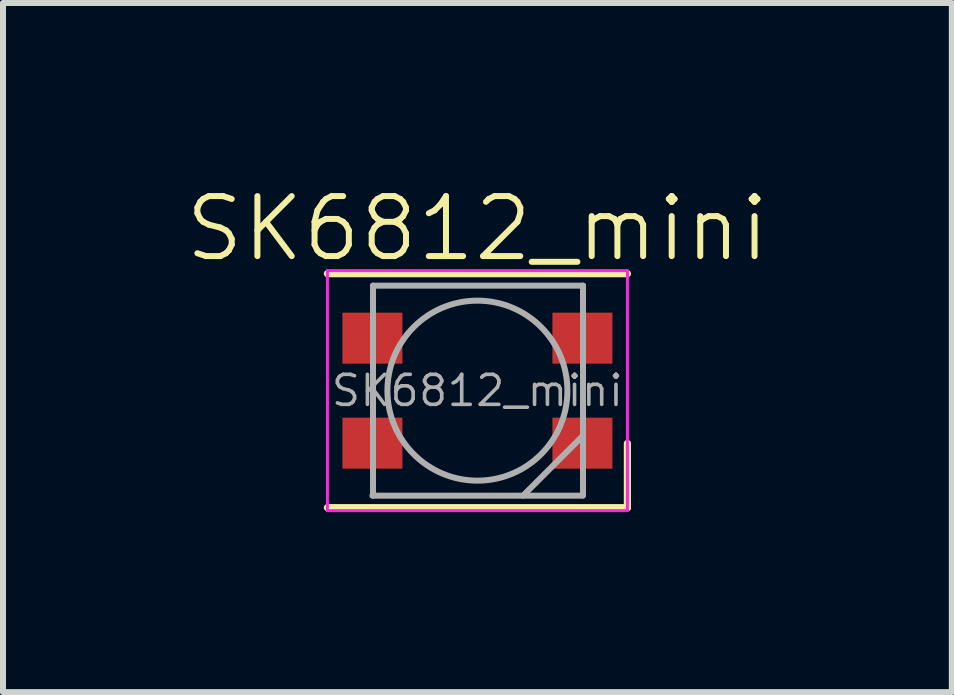
<source format=kicad_pcb>
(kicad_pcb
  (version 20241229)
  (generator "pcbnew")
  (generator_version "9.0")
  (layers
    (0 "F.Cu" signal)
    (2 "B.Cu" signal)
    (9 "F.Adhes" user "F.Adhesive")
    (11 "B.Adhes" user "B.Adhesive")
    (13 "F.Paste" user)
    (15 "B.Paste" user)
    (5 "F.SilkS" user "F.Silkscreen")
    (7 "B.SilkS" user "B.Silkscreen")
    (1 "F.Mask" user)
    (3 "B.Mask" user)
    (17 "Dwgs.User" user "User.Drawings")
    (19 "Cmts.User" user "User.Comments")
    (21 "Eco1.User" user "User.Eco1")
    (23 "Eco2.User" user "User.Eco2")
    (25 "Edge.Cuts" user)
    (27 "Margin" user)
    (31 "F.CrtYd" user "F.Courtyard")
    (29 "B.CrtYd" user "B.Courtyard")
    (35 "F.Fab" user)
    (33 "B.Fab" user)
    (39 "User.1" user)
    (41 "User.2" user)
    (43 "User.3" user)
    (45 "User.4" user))
  (footprint "SK6812_mini"
    (layer "F.Cu")
    (at 4.907 3.461)
    (property "Reference" "SK6812_mini" (at 0 -2.7 0) (unlocked yes) (layer "F.SilkS") (effects (font (size 1 1) (thickness 0.1))))
    (attr smd)
    (fp_line (start -2.5 -1.95) (end 2.5 -1.95) (stroke (width 0.12) (type solid)) (layer "F.SilkS"))
    (fp_line (start -2.5 1.95) (end 2.5 1.95) (stroke (width 0.12) (type solid)) (layer "F.SilkS"))
    (fp_line (start 2.5 1.95) (end 2.5 0.88) (stroke (width 0.12) (type solid)) (layer "F.SilkS"))
    (fp_line (start -2.5 -2) (end -2.5 2) (stroke (width 0.05) (type default)) (layer "F.CrtYd"))
    (fp_line (start -2.5 2) (end 2.5 2) (stroke (width 0.05) (type solid)) (layer "F.CrtYd"))
    (fp_line (start 2.5 -2) (end -2.5 -2) (stroke (width 0.05) (type solid)) (layer "F.CrtYd"))
    (fp_line (start 2.5 -2) (end 2.5 2) (stroke (width 0.05) (type default)) (layer "F.CrtYd"))
    (fp_line (start -1.75 1.75) (end 1.75 1.75) (stroke (width 0.1) (type solid)) (layer "F.Fab"))
    (fp_line (start -1.74 -1.75) (end -1.74 1.75) (stroke (width 0.1) (type solid)) (layer "F.Fab"))
    (fp_line (start 1.76 -1.75) (end -1.74 -1.75) (stroke (width 0.1) (type solid)) (layer "F.Fab"))
    (fp_line (start 1.76 0.75) (end 0.76 1.75) (stroke (width 0.1) (type solid)) (layer "F.Fab"))
    (fp_line (start 1.76 1.75) (end 1.76 -1.75) (stroke (width 0.1) (type solid)) (layer "F.Fab"))
    (fp_circle (center 0 0) (end 1.5 0) (stroke (width 0.1) (type solid)) (fill no) (layer "F.Fab"))
    (fp_text user "${REFERENCE}" (at 0 0 0) (unlocked yes) (layer "F.Fab") (effects (font (size 0.5 0.5) (thickness 0.06))))
    (pad "1" smd rect (at -1.75 -0.875) (size 1 0.85) (layers "F.Cu" "F.Mask" "F.Paste"))
    (pad "2" smd rect (at -1.75 0.875) (size 1 0.85) (layers "F.Cu" "F.Mask" "F.Paste"))
    (pad "3" smd rect (at 1.75 0.875) (size 1 0.85) (layers "F.Cu" "F.Mask" "F.Paste"))
    (pad "4" smd rect (at 1.75 -0.875) (size 1 0.85) (layers "F.Cu" "F.Mask" "F.Paste")))
  (gr_rect
    (start -3 -3)
    (end 12.814 8.486)
    (stroke (width 0.1) (type default))
    (fill no)
    (layer "Edge.Cuts")))
</source>
